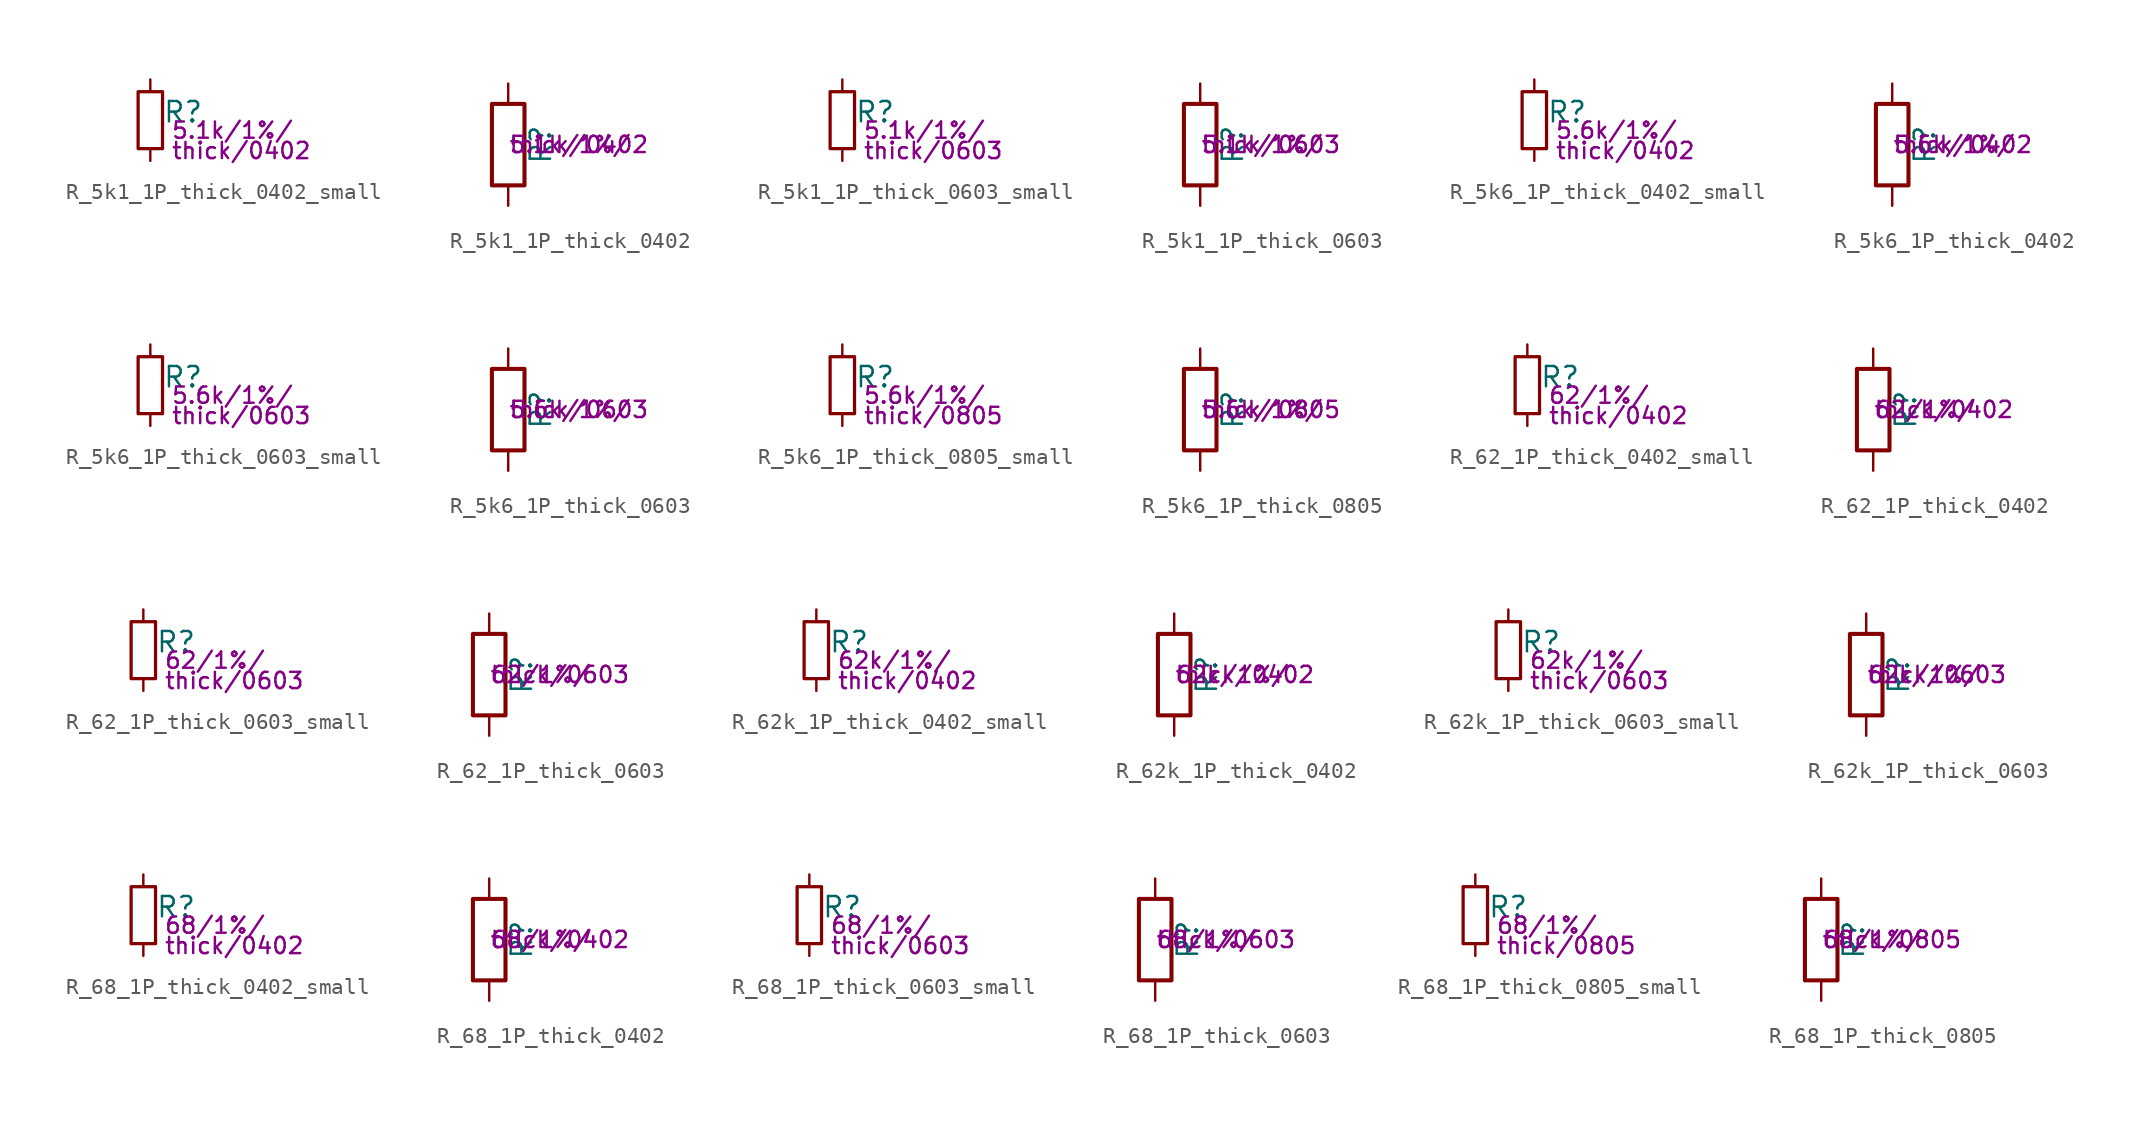
<source format=kicad_sym>
(kicad_symbol_lib
  (version 20211014)
  (generator kicad_symbol_editor)
  (symbol "R_5k1_1P_thick_0402_small"
    (pin_numbers hide)
    (pin_names
      (offset 0.254) hide)
    (property "Reference" "R"
      (at 0.762 0.508 0)
      (effects (font (size 1.27 1.27)) (justify left)))
    (property "Params" "5.1k/1%/"
      (at 1.27 -0.635 0)
      (effects (font (size 1.016 1.016)) (justify left)))
    (property "Params2" "thick/0402"
      (at 1.27 -1.905 0)
      (effects (font (size 1.016 1.016)) (justify left)))
    (symbol "R_5k1_1P_thick_0402_small_0_1"
      (rectangle (start -0.762 1.778) (end 0.762 -1.778) (stroke (width 0.203) (type default) (color 0 0 0 0)) (fill (type none))))
    (symbol "R_5k1_1P_thick_0402_small_1_1"
      (pin passive line (at 0 2.54 270) (length 0.762) (name "~" (effects (font (size 1.27 1.27)))) (number "1" (effects (font (size 1.27 1.27)))))
      (pin passive line (at 0 -2.54 90) (length 0.762) (name "~" (effects (font (size 1.27 1.27)))) (number "2" (effects (font (size 1.27 1.27)))))))
  (symbol "R_5k1_1P_thick_0402"
    (pin_numbers hide)
    (pin_names
      (offset 0))
    (property "Reference" "R"
      (at 2.032 0 90)
      (effects (font (size 1.27 1.27))))
    (property "Params" "5.1k/1%/"
      (at 0 0 0)
      (effects (font (size 1.016 1.016)) (justify left)))
    (property "Params2" "thick/0402"
      (at 0 0 0)
      (effects (font (size 1.016 1.016)) (justify left)))
    (symbol "R_5k1_1P_thick_0402_0_1"
      (rectangle (start -1.016 -2.54) (end 1.016 2.54) (stroke (width 0.254) (type default) (color 0 0 0 0)) (fill (type none))))
    (symbol "R_5k1_1P_thick_0402_1_1"
      (pin passive line (at 0 3.81 270) (length 1.27) (name "~" (effects (font (size 1.27 1.27)))) (number "1" (effects (font (size 1.27 1.27)))))
      (pin passive line (at 0 -3.81 90) (length 1.27) (name "~" (effects (font (size 1.27 1.27)))) (number "2" (effects (font (size 1.27 1.27)))))))
  (symbol "R_5k1_1P_thick_0603_small"
    (pin_numbers hide)
    (pin_names
      (offset 0.254) hide)
    (property "Reference" "R"
      (at 0.762 0.508 0)
      (effects (font (size 1.27 1.27)) (justify left)))
    (property "Params" "5.1k/1%/"
      (at 1.27 -0.635 0)
      (effects (font (size 1.016 1.016)) (justify left)))
    (property "Params2" "thick/0603"
      (at 1.27 -1.905 0)
      (effects (font (size 1.016 1.016)) (justify left)))
    (symbol "R_5k1_1P_thick_0603_small_0_1"
      (rectangle (start -0.762 1.778) (end 0.762 -1.778) (stroke (width 0.203) (type default) (color 0 0 0 0)) (fill (type none))))
    (symbol "R_5k1_1P_thick_0603_small_1_1"
      (pin passive line (at 0 2.54 270) (length 0.762) (name "~" (effects (font (size 1.27 1.27)))) (number "1" (effects (font (size 1.27 1.27)))))
      (pin passive line (at 0 -2.54 90) (length 0.762) (name "~" (effects (font (size 1.27 1.27)))) (number "2" (effects (font (size 1.27 1.27)))))))
  (symbol "R_5k1_1P_thick_0603"
    (pin_numbers hide)
    (pin_names
      (offset 0))
    (property "Reference" "R"
      (at 2.032 0 90)
      (effects (font (size 1.27 1.27))))
    (property "Params" "5.1k/1%/"
      (at 0 0 0)
      (effects (font (size 1.016 1.016)) (justify left)))
    (property "Params2" "thick/0603"
      (at 0 0 0)
      (effects (font (size 1.016 1.016)) (justify left)))
    (symbol "R_5k1_1P_thick_0603_0_1"
      (rectangle (start -1.016 -2.54) (end 1.016 2.54) (stroke (width 0.254) (type default) (color 0 0 0 0)) (fill (type none))))
    (symbol "R_5k1_1P_thick_0603_1_1"
      (pin passive line (at 0 3.81 270) (length 1.27) (name "~" (effects (font (size 1.27 1.27)))) (number "1" (effects (font (size 1.27 1.27)))))
      (pin passive line (at 0 -3.81 90) (length 1.27) (name "~" (effects (font (size 1.27 1.27)))) (number "2" (effects (font (size 1.27 1.27)))))))
  (symbol "R_5k6_1P_thick_0402_small"
    (pin_numbers hide)
    (pin_names
      (offset 0.254) hide)
    (property "Reference" "R"
      (at 0.762 0.508 0)
      (effects (font (size 1.27 1.27)) (justify left)))
    (property "Params" "5.6k/1%/"
      (at 1.27 -0.635 0)
      (effects (font (size 1.016 1.016)) (justify left)))
    (property "Params2" "thick/0402"
      (at 1.27 -1.905 0)
      (effects (font (size 1.016 1.016)) (justify left)))
    (symbol "R_5k6_1P_thick_0402_small_0_1"
      (rectangle (start -0.762 1.778) (end 0.762 -1.778) (stroke (width 0.203) (type default) (color 0 0 0 0)) (fill (type none))))
    (symbol "R_5k6_1P_thick_0402_small_1_1"
      (pin passive line (at 0 2.54 270) (length 0.762) (name "~" (effects (font (size 1.27 1.27)))) (number "1" (effects (font (size 1.27 1.27)))))
      (pin passive line (at 0 -2.54 90) (length 0.762) (name "~" (effects (font (size 1.27 1.27)))) (number "2" (effects (font (size 1.27 1.27)))))))
  (symbol "R_5k6_1P_thick_0402"
    (pin_numbers hide)
    (pin_names
      (offset 0))
    (property "Reference" "R"
      (at 2.032 0 90)
      (effects (font (size 1.27 1.27))))
    (property "Params" "5.6k/1%/"
      (at 0 0 0)
      (effects (font (size 1.016 1.016)) (justify left)))
    (property "Params2" "thick/0402"
      (at 0 0 0)
      (effects (font (size 1.016 1.016)) (justify left)))
    (symbol "R_5k6_1P_thick_0402_0_1"
      (rectangle (start -1.016 -2.54) (end 1.016 2.54) (stroke (width 0.254) (type default) (color 0 0 0 0)) (fill (type none))))
    (symbol "R_5k6_1P_thick_0402_1_1"
      (pin passive line (at 0 3.81 270) (length 1.27) (name "~" (effects (font (size 1.27 1.27)))) (number "1" (effects (font (size 1.27 1.27)))))
      (pin passive line (at 0 -3.81 90) (length 1.27) (name "~" (effects (font (size 1.27 1.27)))) (number "2" (effects (font (size 1.27 1.27)))))))
  (symbol "R_5k6_1P_thick_0603_small"
    (pin_numbers hide)
    (pin_names
      (offset 0.254) hide)
    (property "Reference" "R"
      (at 0.762 0.508 0)
      (effects (font (size 1.27 1.27)) (justify left)))
    (property "Params" "5.6k/1%/"
      (at 1.27 -0.635 0)
      (effects (font (size 1.016 1.016)) (justify left)))
    (property "Params2" "thick/0603"
      (at 1.27 -1.905 0)
      (effects (font (size 1.016 1.016)) (justify left)))
    (symbol "R_5k6_1P_thick_0603_small_0_1"
      (rectangle (start -0.762 1.778) (end 0.762 -1.778) (stroke (width 0.203) (type default) (color 0 0 0 0)) (fill (type none))))
    (symbol "R_5k6_1P_thick_0603_small_1_1"
      (pin passive line (at 0 2.54 270) (length 0.762) (name "~" (effects (font (size 1.27 1.27)))) (number "1" (effects (font (size 1.27 1.27)))))
      (pin passive line (at 0 -2.54 90) (length 0.762) (name "~" (effects (font (size 1.27 1.27)))) (number "2" (effects (font (size 1.27 1.27)))))))
  (symbol "R_5k6_1P_thick_0603"
    (pin_numbers hide)
    (pin_names
      (offset 0))
    (property "Reference" "R"
      (at 2.032 0 90)
      (effects (font (size 1.27 1.27))))
    (property "Params" "5.6k/1%/"
      (at 0 0 0)
      (effects (font (size 1.016 1.016)) (justify left)))
    (property "Params2" "thick/0603"
      (at 0 0 0)
      (effects (font (size 1.016 1.016)) (justify left)))
    (symbol "R_5k6_1P_thick_0603_0_1"
      (rectangle (start -1.016 -2.54) (end 1.016 2.54) (stroke (width 0.254) (type default) (color 0 0 0 0)) (fill (type none))))
    (symbol "R_5k6_1P_thick_0603_1_1"
      (pin passive line (at 0 3.81 270) (length 1.27) (name "~" (effects (font (size 1.27 1.27)))) (number "1" (effects (font (size 1.27 1.27)))))
      (pin passive line (at 0 -3.81 90) (length 1.27) (name "~" (effects (font (size 1.27 1.27)))) (number "2" (effects (font (size 1.27 1.27)))))))
  (symbol "R_5k6_1P_thick_0805_small"
    (pin_numbers hide)
    (pin_names
      (offset 0.254) hide)
    (property "Reference" "R"
      (at 0.762 0.508 0)
      (effects (font (size 1.27 1.27)) (justify left)))
    (property "Params" "5.6k/1%/"
      (at 1.27 -0.635 0)
      (effects (font (size 1.016 1.016)) (justify left)))
    (property "Params2" "thick/0805"
      (at 1.27 -1.905 0)
      (effects (font (size 1.016 1.016)) (justify left)))
    (symbol "R_5k6_1P_thick_0805_small_0_1"
      (rectangle (start -0.762 1.778) (end 0.762 -1.778) (stroke (width 0.203) (type default) (color 0 0 0 0)) (fill (type none))))
    (symbol "R_5k6_1P_thick_0805_small_1_1"
      (pin passive line (at 0 2.54 270) (length 0.762) (name "~" (effects (font (size 1.27 1.27)))) (number "1" (effects (font (size 1.27 1.27)))))
      (pin passive line (at 0 -2.54 90) (length 0.762) (name "~" (effects (font (size 1.27 1.27)))) (number "2" (effects (font (size 1.27 1.27)))))))
  (symbol "R_5k6_1P_thick_0805"
    (pin_numbers hide)
    (pin_names
      (offset 0))
    (property "Reference" "R"
      (at 2.032 0 90)
      (effects (font (size 1.27 1.27))))
    (property "Params" "5.6k/1%/"
      (at 0 0 0)
      (effects (font (size 1.016 1.016)) (justify left)))
    (property "Params2" "thick/0805"
      (at 0 0 0)
      (effects (font (size 1.016 1.016)) (justify left)))
    (symbol "R_5k6_1P_thick_0805_0_1"
      (rectangle (start -1.016 -2.54) (end 1.016 2.54) (stroke (width 0.254) (type default) (color 0 0 0 0)) (fill (type none))))
    (symbol "R_5k6_1P_thick_0805_1_1"
      (pin passive line (at 0 3.81 270) (length 1.27) (name "~" (effects (font (size 1.27 1.27)))) (number "1" (effects (font (size 1.27 1.27)))))
      (pin passive line (at 0 -3.81 90) (length 1.27) (name "~" (effects (font (size 1.27 1.27)))) (number "2" (effects (font (size 1.27 1.27)))))))
  (symbol "R_62_1P_thick_0402_small"
    (pin_numbers hide)
    (pin_names
      (offset 0.254) hide)
    (property "Reference" "R"
      (at 0.762 0.508 0)
      (effects (font (size 1.27 1.27)) (justify left)))
    (property "Params" "62/1%/"
      (at 1.27 -0.635 0)
      (effects (font (size 1.016 1.016)) (justify left)))
    (property "Params2" "thick/0402"
      (at 1.27 -1.905 0)
      (effects (font (size 1.016 1.016)) (justify left)))
    (symbol "R_62_1P_thick_0402_small_0_1"
      (rectangle (start -0.762 1.778) (end 0.762 -1.778) (stroke (width 0.203) (type default) (color 0 0 0 0)) (fill (type none))))
    (symbol "R_62_1P_thick_0402_small_1_1"
      (pin passive line (at 0 2.54 270) (length 0.762) (name "~" (effects (font (size 1.27 1.27)))) (number "1" (effects (font (size 1.27 1.27)))))
      (pin passive line (at 0 -2.54 90) (length 0.762) (name "~" (effects (font (size 1.27 1.27)))) (number "2" (effects (font (size 1.27 1.27)))))))
  (symbol "R_62_1P_thick_0402"
    (pin_numbers hide)
    (pin_names
      (offset 0))
    (property "Reference" "R"
      (at 2.032 0 90)
      (effects (font (size 1.27 1.27))))
    (property "Params" "62/1%/"
      (at 0 0 0)
      (effects (font (size 1.016 1.016)) (justify left)))
    (property "Params2" "thick/0402"
      (at 0 0 0)
      (effects (font (size 1.016 1.016)) (justify left)))
    (symbol "R_62_1P_thick_0402_0_1"
      (rectangle (start -1.016 -2.54) (end 1.016 2.54) (stroke (width 0.254) (type default) (color 0 0 0 0)) (fill (type none))))
    (symbol "R_62_1P_thick_0402_1_1"
      (pin passive line (at 0 3.81 270) (length 1.27) (name "~" (effects (font (size 1.27 1.27)))) (number "1" (effects (font (size 1.27 1.27)))))
      (pin passive line (at 0 -3.81 90) (length 1.27) (name "~" (effects (font (size 1.27 1.27)))) (number "2" (effects (font (size 1.27 1.27)))))))
  (symbol "R_62_1P_thick_0603_small"
    (pin_numbers hide)
    (pin_names
      (offset 0.254) hide)
    (property "Reference" "R"
      (at 0.762 0.508 0)
      (effects (font (size 1.27 1.27)) (justify left)))
    (property "Params" "62/1%/"
      (at 1.27 -0.635 0)
      (effects (font (size 1.016 1.016)) (justify left)))
    (property "Params2" "thick/0603"
      (at 1.27 -1.905 0)
      (effects (font (size 1.016 1.016)) (justify left)))
    (symbol "R_62_1P_thick_0603_small_0_1"
      (rectangle (start -0.762 1.778) (end 0.762 -1.778) (stroke (width 0.203) (type default) (color 0 0 0 0)) (fill (type none))))
    (symbol "R_62_1P_thick_0603_small_1_1"
      (pin passive line (at 0 2.54 270) (length 0.762) (name "~" (effects (font (size 1.27 1.27)))) (number "1" (effects (font (size 1.27 1.27)))))
      (pin passive line (at 0 -2.54 90) (length 0.762) (name "~" (effects (font (size 1.27 1.27)))) (number "2" (effects (font (size 1.27 1.27)))))))
  (symbol "R_62_1P_thick_0603"
    (pin_numbers hide)
    (pin_names
      (offset 0))
    (property "Reference" "R"
      (at 2.032 0 90)
      (effects (font (size 1.27 1.27))))
    (property "Params" "62/1%/"
      (at 0 0 0)
      (effects (font (size 1.016 1.016)) (justify left)))
    (property "Params2" "thick/0603"
      (at 0 0 0)
      (effects (font (size 1.016 1.016)) (justify left)))
    (symbol "R_62_1P_thick_0603_0_1"
      (rectangle (start -1.016 -2.54) (end 1.016 2.54) (stroke (width 0.254) (type default) (color 0 0 0 0)) (fill (type none))))
    (symbol "R_62_1P_thick_0603_1_1"
      (pin passive line (at 0 3.81 270) (length 1.27) (name "~" (effects (font (size 1.27 1.27)))) (number "1" (effects (font (size 1.27 1.27)))))
      (pin passive line (at 0 -3.81 90) (length 1.27) (name "~" (effects (font (size 1.27 1.27)))) (number "2" (effects (font (size 1.27 1.27)))))))
  (symbol "R_62k_1P_thick_0402_small"
    (pin_numbers hide)
    (pin_names
      (offset 0.254) hide)
    (property "Reference" "R"
      (at 0.762 0.508 0)
      (effects (font (size 1.27 1.27)) (justify left)))
    (property "Params" "62k/1%/"
      (at 1.27 -0.635 0)
      (effects (font (size 1.016 1.016)) (justify left)))
    (property "Params2" "thick/0402"
      (at 1.27 -1.905 0)
      (effects (font (size 1.016 1.016)) (justify left)))
    (symbol "R_62k_1P_thick_0402_small_0_1"
      (rectangle (start -0.762 1.778) (end 0.762 -1.778) (stroke (width 0.203) (type default) (color 0 0 0 0)) (fill (type none))))
    (symbol "R_62k_1P_thick_0402_small_1_1"
      (pin passive line (at 0 2.54 270) (length 0.762) (name "~" (effects (font (size 1.27 1.27)))) (number "1" (effects (font (size 1.27 1.27)))))
      (pin passive line (at 0 -2.54 90) (length 0.762) (name "~" (effects (font (size 1.27 1.27)))) (number "2" (effects (font (size 1.27 1.27)))))))
  (symbol "R_62k_1P_thick_0402"
    (pin_numbers hide)
    (pin_names
      (offset 0))
    (property "Reference" "R"
      (at 2.032 0 90)
      (effects (font (size 1.27 1.27))))
    (property "Params" "62k/1%/"
      (at 0 0 0)
      (effects (font (size 1.016 1.016)) (justify left)))
    (property "Params2" "thick/0402"
      (at 0 0 0)
      (effects (font (size 1.016 1.016)) (justify left)))
    (symbol "R_62k_1P_thick_0402_0_1"
      (rectangle (start -1.016 -2.54) (end 1.016 2.54) (stroke (width 0.254) (type default) (color 0 0 0 0)) (fill (type none))))
    (symbol "R_62k_1P_thick_0402_1_1"
      (pin passive line (at 0 3.81 270) (length 1.27) (name "~" (effects (font (size 1.27 1.27)))) (number "1" (effects (font (size 1.27 1.27)))))
      (pin passive line (at 0 -3.81 90) (length 1.27) (name "~" (effects (font (size 1.27 1.27)))) (number "2" (effects (font (size 1.27 1.27)))))))
  (symbol "R_62k_1P_thick_0603_small"
    (pin_numbers hide)
    (pin_names
      (offset 0.254) hide)
    (property "Reference" "R"
      (at 0.762 0.508 0)
      (effects (font (size 1.27 1.27)) (justify left)))
    (property "Params" "62k/1%/"
      (at 1.27 -0.635 0)
      (effects (font (size 1.016 1.016)) (justify left)))
    (property "Params2" "thick/0603"
      (at 1.27 -1.905 0)
      (effects (font (size 1.016 1.016)) (justify left)))
    (symbol "R_62k_1P_thick_0603_small_0_1"
      (rectangle (start -0.762 1.778) (end 0.762 -1.778) (stroke (width 0.203) (type default) (color 0 0 0 0)) (fill (type none))))
    (symbol "R_62k_1P_thick_0603_small_1_1"
      (pin passive line (at 0 2.54 270) (length 0.762) (name "~" (effects (font (size 1.27 1.27)))) (number "1" (effects (font (size 1.27 1.27)))))
      (pin passive line (at 0 -2.54 90) (length 0.762) (name "~" (effects (font (size 1.27 1.27)))) (number "2" (effects (font (size 1.27 1.27)))))))
  (symbol "R_62k_1P_thick_0603"
    (pin_numbers hide)
    (pin_names
      (offset 0))
    (property "Reference" "R"
      (at 2.032 0 90)
      (effects (font (size 1.27 1.27))))
    (property "Params" "62k/1%/"
      (at 0 0 0)
      (effects (font (size 1.016 1.016)) (justify left)))
    (property "Params2" "thick/0603"
      (at 0 0 0)
      (effects (font (size 1.016 1.016)) (justify left)))
    (symbol "R_62k_1P_thick_0603_0_1"
      (rectangle (start -1.016 -2.54) (end 1.016 2.54) (stroke (width 0.254) (type default) (color 0 0 0 0)) (fill (type none))))
    (symbol "R_62k_1P_thick_0603_1_1"
      (pin passive line (at 0 3.81 270) (length 1.27) (name "~" (effects (font (size 1.27 1.27)))) (number "1" (effects (font (size 1.27 1.27)))))
      (pin passive line (at 0 -3.81 90) (length 1.27) (name "~" (effects (font (size 1.27 1.27)))) (number "2" (effects (font (size 1.27 1.27)))))))
  (symbol "R_68_1P_thick_0402_small"
    (pin_numbers hide)
    (pin_names
      (offset 0.254) hide)
    (property "Reference" "R"
      (at 0.762 0.508 0)
      (effects (font (size 1.27 1.27)) (justify left)))
    (property "Params" "68/1%/"
      (at 1.27 -0.635 0)
      (effects (font (size 1.016 1.016)) (justify left)))
    (property "Params2" "thick/0402"
      (at 1.27 -1.905 0)
      (effects (font (size 1.016 1.016)) (justify left)))
    (symbol "R_68_1P_thick_0402_small_0_1"
      (rectangle (start -0.762 1.778) (end 0.762 -1.778) (stroke (width 0.203) (type default) (color 0 0 0 0)) (fill (type none))))
    (symbol "R_68_1P_thick_0402_small_1_1"
      (pin passive line (at 0 2.54 270) (length 0.762) (name "~" (effects (font (size 1.27 1.27)))) (number "1" (effects (font (size 1.27 1.27)))))
      (pin passive line (at 0 -2.54 90) (length 0.762) (name "~" (effects (font (size 1.27 1.27)))) (number "2" (effects (font (size 1.27 1.27)))))))
  (symbol "R_68_1P_thick_0402"
    (pin_numbers hide)
    (pin_names
      (offset 0))
    (property "Reference" "R"
      (at 2.032 0 90)
      (effects (font (size 1.27 1.27))))
    (property "Params" "68/1%/"
      (at 0 0 0)
      (effects (font (size 1.016 1.016)) (justify left)))
    (property "Params2" "thick/0402"
      (at 0 0 0)
      (effects (font (size 1.016 1.016)) (justify left)))
    (symbol "R_68_1P_thick_0402_0_1"
      (rectangle (start -1.016 -2.54) (end 1.016 2.54) (stroke (width 0.254) (type default) (color 0 0 0 0)) (fill (type none))))
    (symbol "R_68_1P_thick_0402_1_1"
      (pin passive line (at 0 3.81 270) (length 1.27) (name "~" (effects (font (size 1.27 1.27)))) (number "1" (effects (font (size 1.27 1.27)))))
      (pin passive line (at 0 -3.81 90) (length 1.27) (name "~" (effects (font (size 1.27 1.27)))) (number "2" (effects (font (size 1.27 1.27)))))))
  (symbol "R_68_1P_thick_0603_small"
    (pin_numbers hide)
    (pin_names
      (offset 0.254) hide)
    (property "Reference" "R"
      (at 0.762 0.508 0)
      (effects (font (size 1.27 1.27)) (justify left)))
    (property "Params" "68/1%/"
      (at 1.27 -0.635 0)
      (effects (font (size 1.016 1.016)) (justify left)))
    (property "Params2" "thick/0603"
      (at 1.27 -1.905 0)
      (effects (font (size 1.016 1.016)) (justify left)))
    (symbol "R_68_1P_thick_0603_small_0_1"
      (rectangle (start -0.762 1.778) (end 0.762 -1.778) (stroke (width 0.203) (type default) (color 0 0 0 0)) (fill (type none))))
    (symbol "R_68_1P_thick_0603_small_1_1"
      (pin passive line (at 0 2.54 270) (length 0.762) (name "~" (effects (font (size 1.27 1.27)))) (number "1" (effects (font (size 1.27 1.27)))))
      (pin passive line (at 0 -2.54 90) (length 0.762) (name "~" (effects (font (size 1.27 1.27)))) (number "2" (effects (font (size 1.27 1.27)))))))
  (symbol "R_68_1P_thick_0603"
    (pin_numbers hide)
    (pin_names
      (offset 0))
    (property "Reference" "R"
      (at 2.032 0 90)
      (effects (font (size 1.27 1.27))))
    (property "Params" "68/1%/"
      (at 0 0 0)
      (effects (font (size 1.016 1.016)) (justify left)))
    (property "Params2" "thick/0603"
      (at 0 0 0)
      (effects (font (size 1.016 1.016)) (justify left)))
    (symbol "R_68_1P_thick_0603_0_1"
      (rectangle (start -1.016 -2.54) (end 1.016 2.54) (stroke (width 0.254) (type default) (color 0 0 0 0)) (fill (type none))))
    (symbol "R_68_1P_thick_0603_1_1"
      (pin passive line (at 0 3.81 270) (length 1.27) (name "~" (effects (font (size 1.27 1.27)))) (number "1" (effects (font (size 1.27 1.27)))))
      (pin passive line (at 0 -3.81 90) (length 1.27) (name "~" (effects (font (size 1.27 1.27)))) (number "2" (effects (font (size 1.27 1.27)))))))
  (symbol "R_68_1P_thick_0805_small"
    (pin_numbers hide)
    (pin_names
      (offset 0.254) hide)
    (property "Reference" "R"
      (at 0.762 0.508 0)
      (effects (font (size 1.27 1.27)) (justify left)))
    (property "Params" "68/1%/"
      (at 1.27 -0.635 0)
      (effects (font (size 1.016 1.016)) (justify left)))
    (property "Params2" "thick/0805"
      (at 1.27 -1.905 0)
      (effects (font (size 1.016 1.016)) (justify left)))
    (symbol "R_68_1P_thick_0805_small_0_1"
      (rectangle (start -0.762 1.778) (end 0.762 -1.778) (stroke (width 0.203) (type default) (color 0 0 0 0)) (fill (type none))))
    (symbol "R_68_1P_thick_0805_small_1_1"
      (pin passive line (at 0 2.54 270) (length 0.762) (name "~" (effects (font (size 1.27 1.27)))) (number "1" (effects (font (size 1.27 1.27)))))
      (pin passive line (at 0 -2.54 90) (length 0.762) (name "~" (effects (font (size 1.27 1.27)))) (number "2" (effects (font (size 1.27 1.27)))))))
  (symbol "R_68_1P_thick_0805"
    (pin_numbers hide)
    (pin_names
      (offset 0))
    (property "Reference" "R"
      (at 2.032 0 90)
      (effects (font (size 1.27 1.27))))
    (property "Params" "68/1%/"
      (at 0 0 0)
      (effects (font (size 1.016 1.016)) (justify left)))
    (property "Params2" "thick/0805"
      (at 0 0 0)
      (effects (font (size 1.016 1.016)) (justify left)))
    (symbol "R_68_1P_thick_0805_0_1"
      (rectangle (start -1.016 -2.54) (end 1.016 2.54) (stroke (width 0.254) (type default) (color 0 0 0 0)) (fill (type none))))
    (symbol "R_68_1P_thick_0805_1_1"
      (pin passive line (at 0 3.81 270) (length 1.27) (name "~" (effects (font (size 1.27 1.27)))) (number "1" (effects (font (size 1.27 1.27)))))
      (pin passive line (at 0 -3.81 90) (length 1.27) (name "~" (effects (font (size 1.27 1.27)))) (number "2" (effects (font (size 1.27 1.27))))))))
</source>
